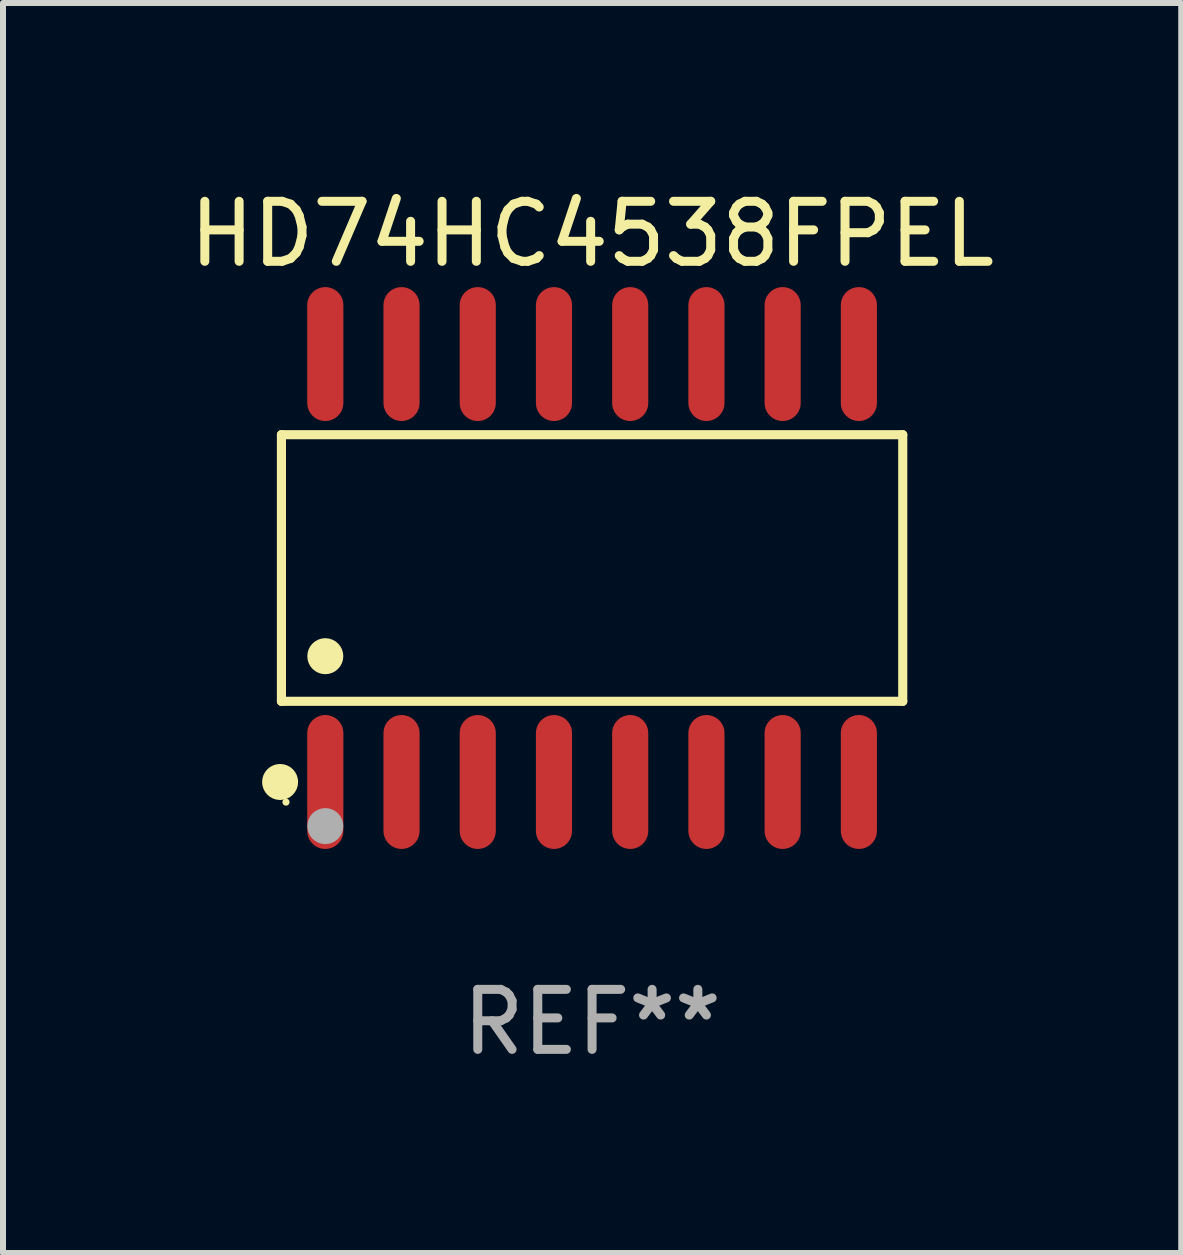
<source format=kicad_pcb>
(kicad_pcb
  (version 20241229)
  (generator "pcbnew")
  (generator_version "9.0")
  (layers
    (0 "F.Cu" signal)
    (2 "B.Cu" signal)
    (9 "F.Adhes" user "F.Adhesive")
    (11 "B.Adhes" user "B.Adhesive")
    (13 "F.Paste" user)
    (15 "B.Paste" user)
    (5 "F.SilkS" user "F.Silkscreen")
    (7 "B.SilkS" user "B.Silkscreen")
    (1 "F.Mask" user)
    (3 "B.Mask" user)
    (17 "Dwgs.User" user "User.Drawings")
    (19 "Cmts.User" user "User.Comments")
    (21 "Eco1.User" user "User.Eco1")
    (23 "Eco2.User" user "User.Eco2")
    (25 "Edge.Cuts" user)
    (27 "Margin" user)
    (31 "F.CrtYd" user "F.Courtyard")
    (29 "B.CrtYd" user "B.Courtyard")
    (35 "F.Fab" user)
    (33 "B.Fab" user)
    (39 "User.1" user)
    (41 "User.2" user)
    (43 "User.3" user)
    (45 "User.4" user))
  (footprint "HD74HC4538FPEL"
    (layer "F.Cu")
    (at 6.815 6.414)
    (property "Reference" "HD74HC4538FPEL" (at 0 -5.565 0) (layer "F.SilkS") (effects (font (size 1 1) (thickness 0.15))))
    (attr through_hole)
    (fp_line (start -5.176 -2.221) (end 5.176 -2.221) (stroke (width 0.152) (type solid)) (layer "F.SilkS"))
    (fp_line (start -5.176 2.221) (end -5.176 -2.221) (stroke (width 0.152) (type solid)) (layer "F.SilkS"))
    (fp_line (start 5.176 -2.221) (end 5.176 2.221) (stroke (width 0.152) (type solid)) (layer "F.SilkS"))
    (fp_line (start 5.176 2.221) (end -5.176 2.221) (stroke (width 0.152) (type solid)) (layer "F.SilkS"))
    (fp_circle (center -5.198 3.565) (end -5.048 3.565) (stroke (width 0.3) (type solid)) (fill no) (layer "F.SilkS"))
    (fp_circle (center -5.1 3.9) (end -5.07 3.9) (stroke (width 0.06) (type solid)) (fill no) (layer "F.SilkS"))
    (fp_circle (center -4.445 1.469) (end -4.295 1.469) (stroke (width 0.3) (type solid)) (fill no) (layer "F.SilkS"))
    (fp_circle (center -4.445 4.3) (end -4.295 4.3) (stroke (width 0.3) (type solid)) (fill no) (layer "F.Fab"))
    (fp_text user "REF**" (at 0 7.565 0) (layer "F.Fab") (effects (font (size 1 1) (thickness 0.15))))
    (pad "1" smd oval (at -4.445 3.565) (size 0.602 2.231) (layers "F.Cu" "F.Mask" "F.Paste"))
    (pad "2" smd oval (at -3.175 3.565) (size 0.602 2.231) (layers "F.Cu" "F.Mask" "F.Paste"))
    (pad "3" smd oval (at -1.905 3.565) (size 0.602 2.231) (layers "F.Cu" "F.Mask" "F.Paste"))
    (pad "4" smd oval (at -0.635 3.565) (size 0.602 2.231) (layers "F.Cu" "F.Mask" "F.Paste"))
    (pad "5" smd oval (at 0.635 3.565) (size 0.602 2.231) (layers "F.Cu" "F.Mask" "F.Paste"))
    (pad "6" smd oval (at 1.905 3.565) (size 0.602 2.231) (layers "F.Cu" "F.Mask" "F.Paste"))
    (pad "7" smd oval (at 3.175 3.565) (size 0.602 2.231) (layers "F.Cu" "F.Mask" "F.Paste"))
    (pad "8" smd oval (at 4.445 3.565) (size 0.602 2.231) (layers "F.Cu" "F.Mask" "F.Paste"))
    (pad "9" smd oval (at 4.445 -3.565) (size 0.602 2.231) (layers "F.Cu" "F.Mask" "F.Paste"))
    (pad "10" smd oval (at 3.175 -3.565) (size 0.602 2.231) (layers "F.Cu" "F.Mask" "F.Paste"))
    (pad "11" smd oval (at 1.905 -3.565) (size 0.602 2.231) (layers "F.Cu" "F.Mask" "F.Paste"))
    (pad "12" smd oval (at 0.635 -3.565) (size 0.602 2.231) (layers "F.Cu" "F.Mask" "F.Paste"))
    (pad "13" smd oval (at -0.635 -3.565) (size 0.602 2.231) (layers "F.Cu" "F.Mask" "F.Paste"))
    (pad "14" smd oval (at -1.905 -3.565) (size 0.602 2.231) (layers "F.Cu" "F.Mask" "F.Paste"))
    (pad "15" smd oval (at -3.175 -3.565) (size 0.602 2.231) (layers "F.Cu" "F.Mask" "F.Paste"))
    (pad "16" smd oval (at -4.445 -3.565) (size 0.602 2.231) (layers "F.Cu" "F.Mask" "F.Paste")))
  (gr_rect
    (start -3 -3)
    (end 16.631 17.827)
    (stroke (width 0.1) (type default))
    (fill no)
    (layer "Edge.Cuts")))
</source>
